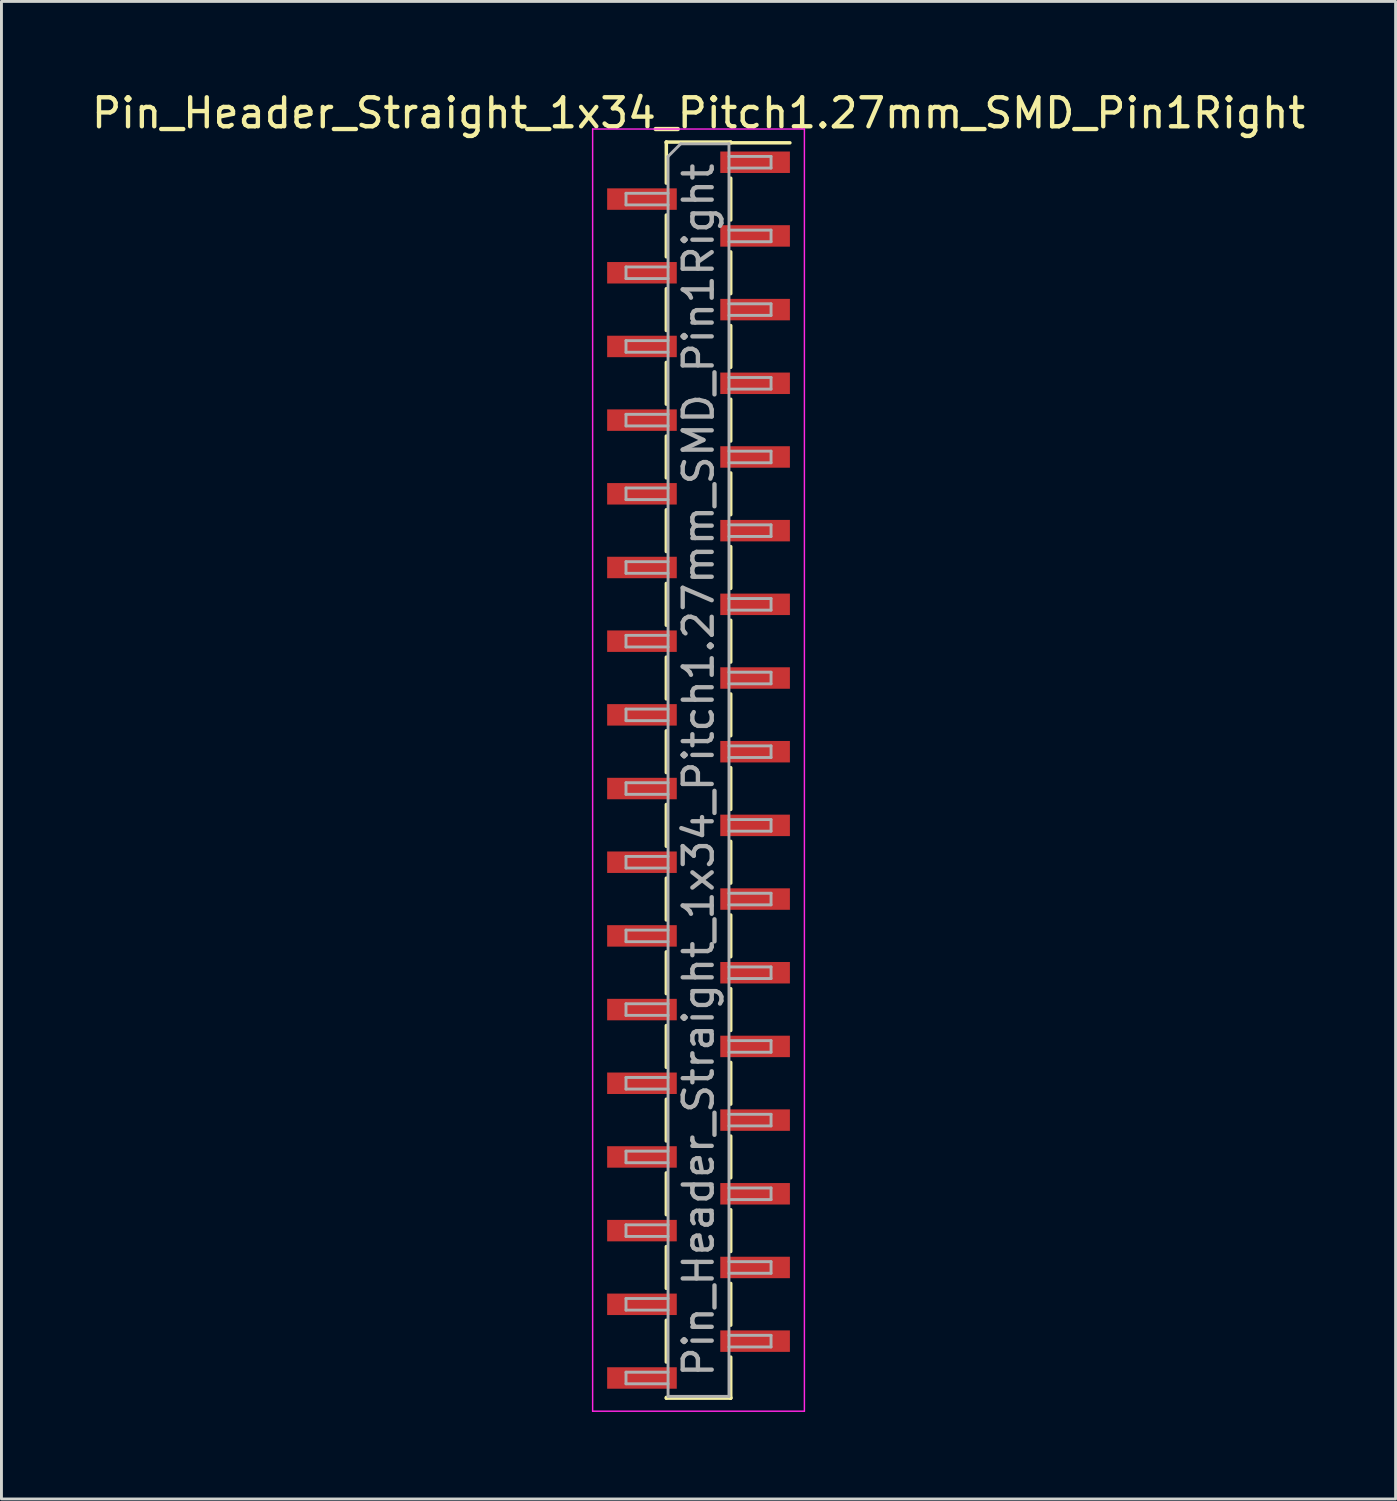
<source format=kicad_pcb>
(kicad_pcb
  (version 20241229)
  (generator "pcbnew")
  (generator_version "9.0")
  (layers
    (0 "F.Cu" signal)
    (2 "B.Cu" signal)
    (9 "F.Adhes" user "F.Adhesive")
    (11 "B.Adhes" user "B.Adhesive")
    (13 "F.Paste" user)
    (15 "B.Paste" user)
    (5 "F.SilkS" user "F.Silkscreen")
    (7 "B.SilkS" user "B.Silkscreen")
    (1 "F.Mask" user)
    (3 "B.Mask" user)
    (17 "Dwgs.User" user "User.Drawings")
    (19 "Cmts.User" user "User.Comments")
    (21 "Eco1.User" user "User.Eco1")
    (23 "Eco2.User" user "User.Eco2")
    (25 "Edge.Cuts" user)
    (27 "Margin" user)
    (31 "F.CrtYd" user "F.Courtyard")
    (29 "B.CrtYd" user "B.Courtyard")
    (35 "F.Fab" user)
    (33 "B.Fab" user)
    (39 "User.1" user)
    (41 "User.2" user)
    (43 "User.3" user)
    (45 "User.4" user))
  (footprint "Pin_Header_Straight_1x34_Pitch1.27mm_SMD_Pin1Right"
    (layer "F.Cu")
    (at 21.03 23.498)
    (property "Reference" "Pin_Header_Straight_1x34_Pitch1.27mm_SMD_Pin1Right" (at 0 -22.65 0) (layer "F.SilkS") (effects (font (size 1 1) (thickness 0.15))))
    (attr smd)
    (fp_line (start -1.11 -21.65) (end -1.11 -20.235) (stroke (width 0.12) (type solid)) (layer "F.SilkS"))
    (fp_line (start -1.11 -21.65) (end 1.11 -21.65) (stroke (width 0.12) (type solid)) (layer "F.SilkS"))
    (fp_line (start -1.11 -21.625) (end -1.11 -21.65) (stroke (width 0.12) (type solid)) (layer "F.SilkS"))
    (fp_line (start -1.11 -19.135) (end -1.11 -17.695) (stroke (width 0.12) (type solid)) (layer "F.SilkS"))
    (fp_line (start -1.11 -16.595) (end -1.11 -15.155) (stroke (width 0.12) (type solid)) (layer "F.SilkS"))
    (fp_line (start -1.11 -14.055) (end -1.11 -12.615) (stroke (width 0.12) (type solid)) (layer "F.SilkS"))
    (fp_line (start -1.11 -11.515) (end -1.11 -10.075) (stroke (width 0.12) (type solid)) (layer "F.SilkS"))
    (fp_line (start -1.11 -8.975) (end -1.11 -7.535) (stroke (width 0.12) (type solid)) (layer "F.SilkS"))
    (fp_line (start -1.11 -6.435) (end -1.11 -4.995) (stroke (width 0.12) (type solid)) (layer "F.SilkS"))
    (fp_line (start -1.11 -3.895) (end -1.11 -2.455) (stroke (width 0.12) (type solid)) (layer "F.SilkS"))
    (fp_line (start -1.11 -1.355) (end -1.11 0.085) (stroke (width 0.12) (type solid)) (layer "F.SilkS"))
    (fp_line (start -1.11 1.185) (end -1.11 2.625) (stroke (width 0.12) (type solid)) (layer "F.SilkS"))
    (fp_line (start -1.11 3.725) (end -1.11 5.165) (stroke (width 0.12) (type solid)) (layer "F.SilkS"))
    (fp_line (start -1.11 6.265) (end -1.11 7.705) (stroke (width 0.12) (type solid)) (layer "F.SilkS"))
    (fp_line (start -1.11 8.805) (end -1.11 10.245) (stroke (width 0.12) (type solid)) (layer "F.SilkS"))
    (fp_line (start -1.11 11.345) (end -1.11 12.785) (stroke (width 0.12) (type solid)) (layer "F.SilkS"))
    (fp_line (start -1.11 13.885) (end -1.11 15.325) (stroke (width 0.12) (type solid)) (layer "F.SilkS"))
    (fp_line (start -1.11 16.425) (end -1.11 17.865) (stroke (width 0.12) (type solid)) (layer "F.SilkS"))
    (fp_line (start -1.11 18.965) (end -1.11 20.405) (stroke (width 0.12) (type solid)) (layer "F.SilkS"))
    (fp_line (start -1.11 21.625) (end -1.11 21.65) (stroke (width 0.12) (type solid)) (layer "F.SilkS"))
    (fp_line (start -1.11 21.65) (end 1.11 21.65) (stroke (width 0.12) (type solid)) (layer "F.SilkS"))
    (fp_line (start 1.11 -21.65) (end 1.11 -21.625) (stroke (width 0.12) (type solid)) (layer "F.SilkS"))
    (fp_line (start 1.11 -21.625) (end 3.15 -21.625) (stroke (width 0.12) (type solid)) (layer "F.SilkS"))
    (fp_line (start 1.11 -20.405) (end 1.11 -18.965) (stroke (width 0.12) (type solid)) (layer "F.SilkS"))
    (fp_line (start 1.11 -17.865) (end 1.11 -16.425) (stroke (width 0.12) (type solid)) (layer "F.SilkS"))
    (fp_line (start 1.11 -15.325) (end 1.11 -13.885) (stroke (width 0.12) (type solid)) (layer "F.SilkS"))
    (fp_line (start 1.11 -12.785) (end 1.11 -11.345) (stroke (width 0.12) (type solid)) (layer "F.SilkS"))
    (fp_line (start 1.11 -10.245) (end 1.11 -8.805) (stroke (width 0.12) (type solid)) (layer "F.SilkS"))
    (fp_line (start 1.11 -7.705) (end 1.11 -6.265) (stroke (width 0.12) (type solid)) (layer "F.SilkS"))
    (fp_line (start 1.11 -5.165) (end 1.11 -3.725) (stroke (width 0.12) (type solid)) (layer "F.SilkS"))
    (fp_line (start 1.11 -2.625) (end 1.11 -1.185) (stroke (width 0.12) (type solid)) (layer "F.SilkS"))
    (fp_line (start 1.11 -0.085) (end 1.11 1.355) (stroke (width 0.12) (type solid)) (layer "F.SilkS"))
    (fp_line (start 1.11 2.455) (end 1.11 3.895) (stroke (width 0.12) (type solid)) (layer "F.SilkS"))
    (fp_line (start 1.11 4.995) (end 1.11 6.435) (stroke (width 0.12) (type solid)) (layer "F.SilkS"))
    (fp_line (start 1.11 7.535) (end 1.11 8.975) (stroke (width 0.12) (type solid)) (layer "F.SilkS"))
    (fp_line (start 1.11 10.075) (end 1.11 11.515) (stroke (width 0.12) (type solid)) (layer "F.SilkS"))
    (fp_line (start 1.11 12.615) (end 1.11 14.055) (stroke (width 0.12) (type solid)) (layer "F.SilkS"))
    (fp_line (start 1.11 15.155) (end 1.11 16.595) (stroke (width 0.12) (type solid)) (layer "F.SilkS"))
    (fp_line (start 1.11 17.695) (end 1.11 19.135) (stroke (width 0.12) (type solid)) (layer "F.SilkS"))
    (fp_line (start 1.11 20.235) (end 1.11 21.65) (stroke (width 0.12) (type solid)) (layer "F.SilkS"))
    (fp_line (start 1.11 21.65) (end 1.11 21.625) (stroke (width 0.12) (type solid)) (layer "F.SilkS"))
    (fp_line (start -3.65 -22.1) (end -3.65 22.1) (stroke (width 0.05) (type solid)) (layer "F.CrtYd"))
    (fp_line (start -3.65 22.1) (end 3.65 22.1) (stroke (width 0.05) (type solid)) (layer "F.CrtYd"))
    (fp_line (start 3.65 -22.1) (end -3.65 -22.1) (stroke (width 0.05) (type solid)) (layer "F.CrtYd"))
    (fp_line (start 3.65 22.1) (end 3.65 -22.1) (stroke (width 0.05) (type solid)) (layer "F.CrtYd"))
    (fp_line (start -2.5 -19.885) (end -2.5 -19.485) (stroke (width 0.1) (type solid)) (layer "F.Fab"))
    (fp_line (start -2.5 -19.485) (end -1.05 -19.485) (stroke (width 0.1) (type solid)) (layer "F.Fab"))
    (fp_line (start -2.5 -17.345) (end -2.5 -16.945) (stroke (width 0.1) (type solid)) (layer "F.Fab"))
    (fp_line (start -2.5 -16.945) (end -1.05 -16.945) (stroke (width 0.1) (type solid)) (layer "F.Fab"))
    (fp_line (start -2.5 -14.805) (end -2.5 -14.405) (stroke (width 0.1) (type solid)) (layer "F.Fab"))
    (fp_line (start -2.5 -14.405) (end -1.05 -14.405) (stroke (width 0.1) (type solid)) (layer "F.Fab"))
    (fp_line (start -2.5 -12.265) (end -2.5 -11.865) (stroke (width 0.1) (type solid)) (layer "F.Fab"))
    (fp_line (start -2.5 -11.865) (end -1.05 -11.865) (stroke (width 0.1) (type solid)) (layer "F.Fab"))
    (fp_line (start -2.5 -9.725) (end -2.5 -9.325) (stroke (width 0.1) (type solid)) (layer "F.Fab"))
    (fp_line (start -2.5 -9.325) (end -1.05 -9.325) (stroke (width 0.1) (type solid)) (layer "F.Fab"))
    (fp_line (start -2.5 -7.185) (end -2.5 -6.785) (stroke (width 0.1) (type solid)) (layer "F.Fab"))
    (fp_line (start -2.5 -6.785) (end -1.05 -6.785) (stroke (width 0.1) (type solid)) (layer "F.Fab"))
    (fp_line (start -2.5 -4.645) (end -2.5 -4.245) (stroke (width 0.1) (type solid)) (layer "F.Fab"))
    (fp_line (start -2.5 -4.245) (end -1.05 -4.245) (stroke (width 0.1) (type solid)) (layer "F.Fab"))
    (fp_line (start -2.5 -2.105) (end -2.5 -1.705) (stroke (width 0.1) (type solid)) (layer "F.Fab"))
    (fp_line (start -2.5 -1.705) (end -1.05 -1.705) (stroke (width 0.1) (type solid)) (layer "F.Fab"))
    (fp_line (start -2.5 0.435) (end -2.5 0.835) (stroke (width 0.1) (type solid)) (layer "F.Fab"))
    (fp_line (start -2.5 0.835) (end -1.05 0.835) (stroke (width 0.1) (type solid)) (layer "F.Fab"))
    (fp_line (start -2.5 2.975) (end -2.5 3.375) (stroke (width 0.1) (type solid)) (layer "F.Fab"))
    (fp_line (start -2.5 3.375) (end -1.05 3.375) (stroke (width 0.1) (type solid)) (layer "F.Fab"))
    (fp_line (start -2.5 5.515) (end -2.5 5.915) (stroke (width 0.1) (type solid)) (layer "F.Fab"))
    (fp_line (start -2.5 5.915) (end -1.05 5.915) (stroke (width 0.1) (type solid)) (layer "F.Fab"))
    (fp_line (start -2.5 8.055) (end -2.5 8.455) (stroke (width 0.1) (type solid)) (layer "F.Fab"))
    (fp_line (start -2.5 8.455) (end -1.05 8.455) (stroke (width 0.1) (type solid)) (layer "F.Fab"))
    (fp_line (start -2.5 10.595) (end -2.5 10.995) (stroke (width 0.1) (type solid)) (layer "F.Fab"))
    (fp_line (start -2.5 10.995) (end -1.05 10.995) (stroke (width 0.1) (type solid)) (layer "F.Fab"))
    (fp_line (start -2.5 13.135) (end -2.5 13.535) (stroke (width 0.1) (type solid)) (layer "F.Fab"))
    (fp_line (start -2.5 13.535) (end -1.05 13.535) (stroke (width 0.1) (type solid)) (layer "F.Fab"))
    (fp_line (start -2.5 15.675) (end -2.5 16.075) (stroke (width 0.1) (type solid)) (layer "F.Fab"))
    (fp_line (start -2.5 16.075) (end -1.05 16.075) (stroke (width 0.1) (type solid)) (layer "F.Fab"))
    (fp_line (start -2.5 18.215) (end -2.5 18.615) (stroke (width 0.1) (type solid)) (layer "F.Fab"))
    (fp_line (start -2.5 18.615) (end -1.05 18.615) (stroke (width 0.1) (type solid)) (layer "F.Fab"))
    (fp_line (start -2.5 20.755) (end -2.5 21.155) (stroke (width 0.1) (type solid)) (layer "F.Fab"))
    (fp_line (start -2.5 21.155) (end -1.05 21.155) (stroke (width 0.1) (type solid)) (layer "F.Fab"))
    (fp_line (start -1.05 -21.155) (end -0.615 -21.59) (stroke (width 0.1) (type solid)) (layer "F.Fab"))
    (fp_line (start -1.05 -19.885) (end -2.5 -19.885) (stroke (width 0.1) (type solid)) (layer "F.Fab"))
    (fp_line (start -1.05 -17.345) (end -2.5 -17.345) (stroke (width 0.1) (type solid)) (layer "F.Fab"))
    (fp_line (start -1.05 -14.805) (end -2.5 -14.805) (stroke (width 0.1) (type solid)) (layer "F.Fab"))
    (fp_line (start -1.05 -12.265) (end -2.5 -12.265) (stroke (width 0.1) (type solid)) (layer "F.Fab"))
    (fp_line (start -1.05 -9.725) (end -2.5 -9.725) (stroke (width 0.1) (type solid)) (layer "F.Fab"))
    (fp_line (start -1.05 -7.185) (end -2.5 -7.185) (stroke (width 0.1) (type solid)) (layer "F.Fab"))
    (fp_line (start -1.05 -4.645) (end -2.5 -4.645) (stroke (width 0.1) (type solid)) (layer "F.Fab"))
    (fp_line (start -1.05 -2.105) (end -2.5 -2.105) (stroke (width 0.1) (type solid)) (layer "F.Fab"))
    (fp_line (start -1.05 0.435) (end -2.5 0.435) (stroke (width 0.1) (type solid)) (layer "F.Fab"))
    (fp_line (start -1.05 2.975) (end -2.5 2.975) (stroke (width 0.1) (type solid)) (layer "F.Fab"))
    (fp_line (start -1.05 5.515) (end -2.5 5.515) (stroke (width 0.1) (type solid)) (layer "F.Fab"))
    (fp_line (start -1.05 8.055) (end -2.5 8.055) (stroke (width 0.1) (type solid)) (layer "F.Fab"))
    (fp_line (start -1.05 10.595) (end -2.5 10.595) (stroke (width 0.1) (type solid)) (layer "F.Fab"))
    (fp_line (start -1.05 13.135) (end -2.5 13.135) (stroke (width 0.1) (type solid)) (layer "F.Fab"))
    (fp_line (start -1.05 15.675) (end -2.5 15.675) (stroke (width 0.1) (type solid)) (layer "F.Fab"))
    (fp_line (start -1.05 18.215) (end -2.5 18.215) (stroke (width 0.1) (type solid)) (layer "F.Fab"))
    (fp_line (start -1.05 20.755) (end -2.5 20.755) (stroke (width 0.1) (type solid)) (layer "F.Fab"))
    (fp_line (start -1.05 21.59) (end -1.05 -21.155) (stroke (width 0.1) (type solid)) (layer "F.Fab"))
    (fp_line (start -0.615 -21.59) (end 1.05 -21.59) (stroke (width 0.1) (type solid)) (layer "F.Fab"))
    (fp_line (start 1.05 -21.59) (end 1.05 21.59) (stroke (width 0.1) (type solid)) (layer "F.Fab"))
    (fp_line (start 1.05 -21.155) (end 2.5 -21.155) (stroke (width 0.1) (type solid)) (layer "F.Fab"))
    (fp_line (start 1.05 -18.615) (end 2.5 -18.615) (stroke (width 0.1) (type solid)) (layer "F.Fab"))
    (fp_line (start 1.05 -16.075) (end 2.5 -16.075) (stroke (width 0.1) (type solid)) (layer "F.Fab"))
    (fp_line (start 1.05 -13.535) (end 2.5 -13.535) (stroke (width 0.1) (type solid)) (layer "F.Fab"))
    (fp_line (start 1.05 -10.995) (end 2.5 -10.995) (stroke (width 0.1) (type solid)) (layer "F.Fab"))
    (fp_line (start 1.05 -8.455) (end 2.5 -8.455) (stroke (width 0.1) (type solid)) (layer "F.Fab"))
    (fp_line (start 1.05 -5.915) (end 2.5 -5.915) (stroke (width 0.1) (type solid)) (layer "F.Fab"))
    (fp_line (start 1.05 -3.375) (end 2.5 -3.375) (stroke (width 0.1) (type solid)) (layer "F.Fab"))
    (fp_line (start 1.05 -0.835) (end 2.5 -0.835) (stroke (width 0.1) (type solid)) (layer "F.Fab"))
    (fp_line (start 1.05 1.705) (end 2.5 1.705) (stroke (width 0.1) (type solid)) (layer "F.Fab"))
    (fp_line (start 1.05 4.245) (end 2.5 4.245) (stroke (width 0.1) (type solid)) (layer "F.Fab"))
    (fp_line (start 1.05 6.785) (end 2.5 6.785) (stroke (width 0.1) (type solid)) (layer "F.Fab"))
    (fp_line (start 1.05 9.325) (end 2.5 9.325) (stroke (width 0.1) (type solid)) (layer "F.Fab"))
    (fp_line (start 1.05 11.865) (end 2.5 11.865) (stroke (width 0.1) (type solid)) (layer "F.Fab"))
    (fp_line (start 1.05 14.405) (end 2.5 14.405) (stroke (width 0.1) (type solid)) (layer "F.Fab"))
    (fp_line (start 1.05 16.945) (end 2.5 16.945) (stroke (width 0.1) (type solid)) (layer "F.Fab"))
    (fp_line (start 1.05 19.485) (end 2.5 19.485) (stroke (width 0.1) (type solid)) (layer "F.Fab"))
    (fp_line (start 1.05 21.59) (end -1.05 21.59) (stroke (width 0.1) (type solid)) (layer "F.Fab"))
    (fp_line (start 2.5 -21.155) (end 2.5 -20.755) (stroke (width 0.1) (type solid)) (layer "F.Fab"))
    (fp_line (start 2.5 -20.755) (end 1.05 -20.755) (stroke (width 0.1) (type solid)) (layer "F.Fab"))
    (fp_line (start 2.5 -18.615) (end 2.5 -18.215) (stroke (width 0.1) (type solid)) (layer "F.Fab"))
    (fp_line (start 2.5 -18.215) (end 1.05 -18.215) (stroke (width 0.1) (type solid)) (layer "F.Fab"))
    (fp_line (start 2.5 -16.075) (end 2.5 -15.675) (stroke (width 0.1) (type solid)) (layer "F.Fab"))
    (fp_line (start 2.5 -15.675) (end 1.05 -15.675) (stroke (width 0.1) (type solid)) (layer "F.Fab"))
    (fp_line (start 2.5 -13.535) (end 2.5 -13.135) (stroke (width 0.1) (type solid)) (layer "F.Fab"))
    (fp_line (start 2.5 -13.135) (end 1.05 -13.135) (stroke (width 0.1) (type solid)) (layer "F.Fab"))
    (fp_line (start 2.5 -10.995) (end 2.5 -10.595) (stroke (width 0.1) (type solid)) (layer "F.Fab"))
    (fp_line (start 2.5 -10.595) (end 1.05 -10.595) (stroke (width 0.1) (type solid)) (layer "F.Fab"))
    (fp_line (start 2.5 -8.455) (end 2.5 -8.055) (stroke (width 0.1) (type solid)) (layer "F.Fab"))
    (fp_line (start 2.5 -8.055) (end 1.05 -8.055) (stroke (width 0.1) (type solid)) (layer "F.Fab"))
    (fp_line (start 2.5 -5.915) (end 2.5 -5.515) (stroke (width 0.1) (type solid)) (layer "F.Fab"))
    (fp_line (start 2.5 -5.515) (end 1.05 -5.515) (stroke (width 0.1) (type solid)) (layer "F.Fab"))
    (fp_line (start 2.5 -3.375) (end 2.5 -2.975) (stroke (width 0.1) (type solid)) (layer "F.Fab"))
    (fp_line (start 2.5 -2.975) (end 1.05 -2.975) (stroke (width 0.1) (type solid)) (layer "F.Fab"))
    (fp_line (start 2.5 -0.835) (end 2.5 -0.435) (stroke (width 0.1) (type solid)) (layer "F.Fab"))
    (fp_line (start 2.5 -0.435) (end 1.05 -0.435) (stroke (width 0.1) (type solid)) (layer "F.Fab"))
    (fp_line (start 2.5 1.705) (end 2.5 2.105) (stroke (width 0.1) (type solid)) (layer "F.Fab"))
    (fp_line (start 2.5 2.105) (end 1.05 2.105) (stroke (width 0.1) (type solid)) (layer "F.Fab"))
    (fp_line (start 2.5 4.245) (end 2.5 4.645) (stroke (width 0.1) (type solid)) (layer "F.Fab"))
    (fp_line (start 2.5 4.645) (end 1.05 4.645) (stroke (width 0.1) (type solid)) (layer "F.Fab"))
    (fp_line (start 2.5 6.785) (end 2.5 7.185) (stroke (width 0.1) (type solid)) (layer "F.Fab"))
    (fp_line (start 2.5 7.185) (end 1.05 7.185) (stroke (width 0.1) (type solid)) (layer "F.Fab"))
    (fp_line (start 2.5 9.325) (end 2.5 9.725) (stroke (width 0.1) (type solid)) (layer "F.Fab"))
    (fp_line (start 2.5 9.725) (end 1.05 9.725) (stroke (width 0.1) (type solid)) (layer "F.Fab"))
    (fp_line (start 2.5 11.865) (end 2.5 12.265) (stroke (width 0.1) (type solid)) (layer "F.Fab"))
    (fp_line (start 2.5 12.265) (end 1.05 12.265) (stroke (width 0.1) (type solid)) (layer "F.Fab"))
    (fp_line (start 2.5 14.405) (end 2.5 14.805) (stroke (width 0.1) (type solid)) (layer "F.Fab"))
    (fp_line (start 2.5 14.805) (end 1.05 14.805) (stroke (width 0.1) (type solid)) (layer "F.Fab"))
    (fp_line (start 2.5 16.945) (end 2.5 17.345) (stroke (width 0.1) (type solid)) (layer "F.Fab"))
    (fp_line (start 2.5 17.345) (end 1.05 17.345) (stroke (width 0.1) (type solid)) (layer "F.Fab"))
    (fp_line (start 2.5 19.485) (end 2.5 19.885) (stroke (width 0.1) (type solid)) (layer "F.Fab"))
    (fp_line (start 2.5 19.885) (end 1.05 19.885) (stroke (width 0.1) (type solid)) (layer "F.Fab"))
    (fp_text user "${REFERENCE}" (at 0 0 90) (layer "F.Fab") (effects (font (size 1 1) (thickness 0.15))))
    (pad "1" smd rect (at 1.95 -20.955) (size 2.4 0.74) (layers "F.Cu" "F.Mask" "F.Paste"))
    (pad "2" smd rect (at -1.95 -19.685) (size 2.4 0.74) (layers "F.Cu" "F.Mask" "F.Paste"))
    (pad "3" smd rect (at 1.95 -18.415) (size 2.4 0.74) (layers "F.Cu" "F.Mask" "F.Paste"))
    (pad "4" smd rect (at -1.95 -17.145) (size 2.4 0.74) (layers "F.Cu" "F.Mask" "F.Paste"))
    (pad "5" smd rect (at 1.95 -15.875) (size 2.4 0.74) (layers "F.Cu" "F.Mask" "F.Paste"))
    (pad "6" smd rect (at -1.95 -14.605) (size 2.4 0.74) (layers "F.Cu" "F.Mask" "F.Paste"))
    (pad "7" smd rect (at 1.95 -13.335) (size 2.4 0.74) (layers "F.Cu" "F.Mask" "F.Paste"))
    (pad "8" smd rect (at -1.95 -12.065) (size 2.4 0.74) (layers "F.Cu" "F.Mask" "F.Paste"))
    (pad "9" smd rect (at 1.95 -10.795) (size 2.4 0.74) (layers "F.Cu" "F.Mask" "F.Paste"))
    (pad "10" smd rect (at -1.95 -9.525) (size 2.4 0.74) (layers "F.Cu" "F.Mask" "F.Paste"))
    (pad "11" smd rect (at 1.95 -8.255) (size 2.4 0.74) (layers "F.Cu" "F.Mask" "F.Paste"))
    (pad "12" smd rect (at -1.95 -6.985) (size 2.4 0.74) (layers "F.Cu" "F.Mask" "F.Paste"))
    (pad "13" smd rect (at 1.95 -5.715) (size 2.4 0.74) (layers "F.Cu" "F.Mask" "F.Paste"))
    (pad "14" smd rect (at -1.95 -4.445) (size 2.4 0.74) (layers "F.Cu" "F.Mask" "F.Paste"))
    (pad "15" smd rect (at 1.95 -3.175) (size 2.4 0.74) (layers "F.Cu" "F.Mask" "F.Paste"))
    (pad "16" smd rect (at -1.95 -1.905) (size 2.4 0.74) (layers "F.Cu" "F.Mask" "F.Paste"))
    (pad "17" smd rect (at 1.95 -0.635) (size 2.4 0.74) (layers "F.Cu" "F.Mask" "F.Paste"))
    (pad "18" smd rect (at -1.95 0.635) (size 2.4 0.74) (layers "F.Cu" "F.Mask" "F.Paste"))
    (pad "19" smd rect (at 1.95 1.905) (size 2.4 0.74) (layers "F.Cu" "F.Mask" "F.Paste"))
    (pad "20" smd rect (at -1.95 3.175) (size 2.4 0.74) (layers "F.Cu" "F.Mask" "F.Paste"))
    (pad "21" smd rect (at 1.95 4.445) (size 2.4 0.74) (layers "F.Cu" "F.Mask" "F.Paste"))
    (pad "22" smd rect (at -1.95 5.715) (size 2.4 0.74) (layers "F.Cu" "F.Mask" "F.Paste"))
    (pad "23" smd rect (at 1.95 6.985) (size 2.4 0.74) (layers "F.Cu" "F.Mask" "F.Paste"))
    (pad "24" smd rect (at -1.95 8.255) (size 2.4 0.74) (layers "F.Cu" "F.Mask" "F.Paste"))
    (pad "25" smd rect (at 1.95 9.525) (size 2.4 0.74) (layers "F.Cu" "F.Mask" "F.Paste"))
    (pad "26" smd rect (at -1.95 10.795) (size 2.4 0.74) (layers "F.Cu" "F.Mask" "F.Paste"))
    (pad "27" smd rect (at 1.95 12.065) (size 2.4 0.74) (layers "F.Cu" "F.Mask" "F.Paste"))
    (pad "28" smd rect (at -1.95 13.335) (size 2.4 0.74) (layers "F.Cu" "F.Mask" "F.Paste"))
    (pad "29" smd rect (at 1.95 14.605) (size 2.4 0.74) (layers "F.Cu" "F.Mask" "F.Paste"))
    (pad "30" smd rect (at -1.95 15.875) (size 2.4 0.74) (layers "F.Cu" "F.Mask" "F.Paste"))
    (pad "31" smd rect (at 1.95 17.145) (size 2.4 0.74) (layers "F.Cu" "F.Mask" "F.Paste"))
    (pad "32" smd rect (at -1.95 18.415) (size 2.4 0.74) (layers "F.Cu" "F.Mask" "F.Paste"))
    (pad "33" smd rect (at 1.95 19.685) (size 2.4 0.74) (layers "F.Cu" "F.Mask" "F.Paste"))
    (pad "34" smd rect (at -1.95 20.955) (size 2.4 0.74) (layers "F.Cu" "F.Mask" "F.Paste")))
  (gr_rect
    (start -3 -3)
    (end 45.06 48.623)
    (stroke (width 0.1) (type default))
    (fill no)
    (layer "Edge.Cuts")))
</source>
